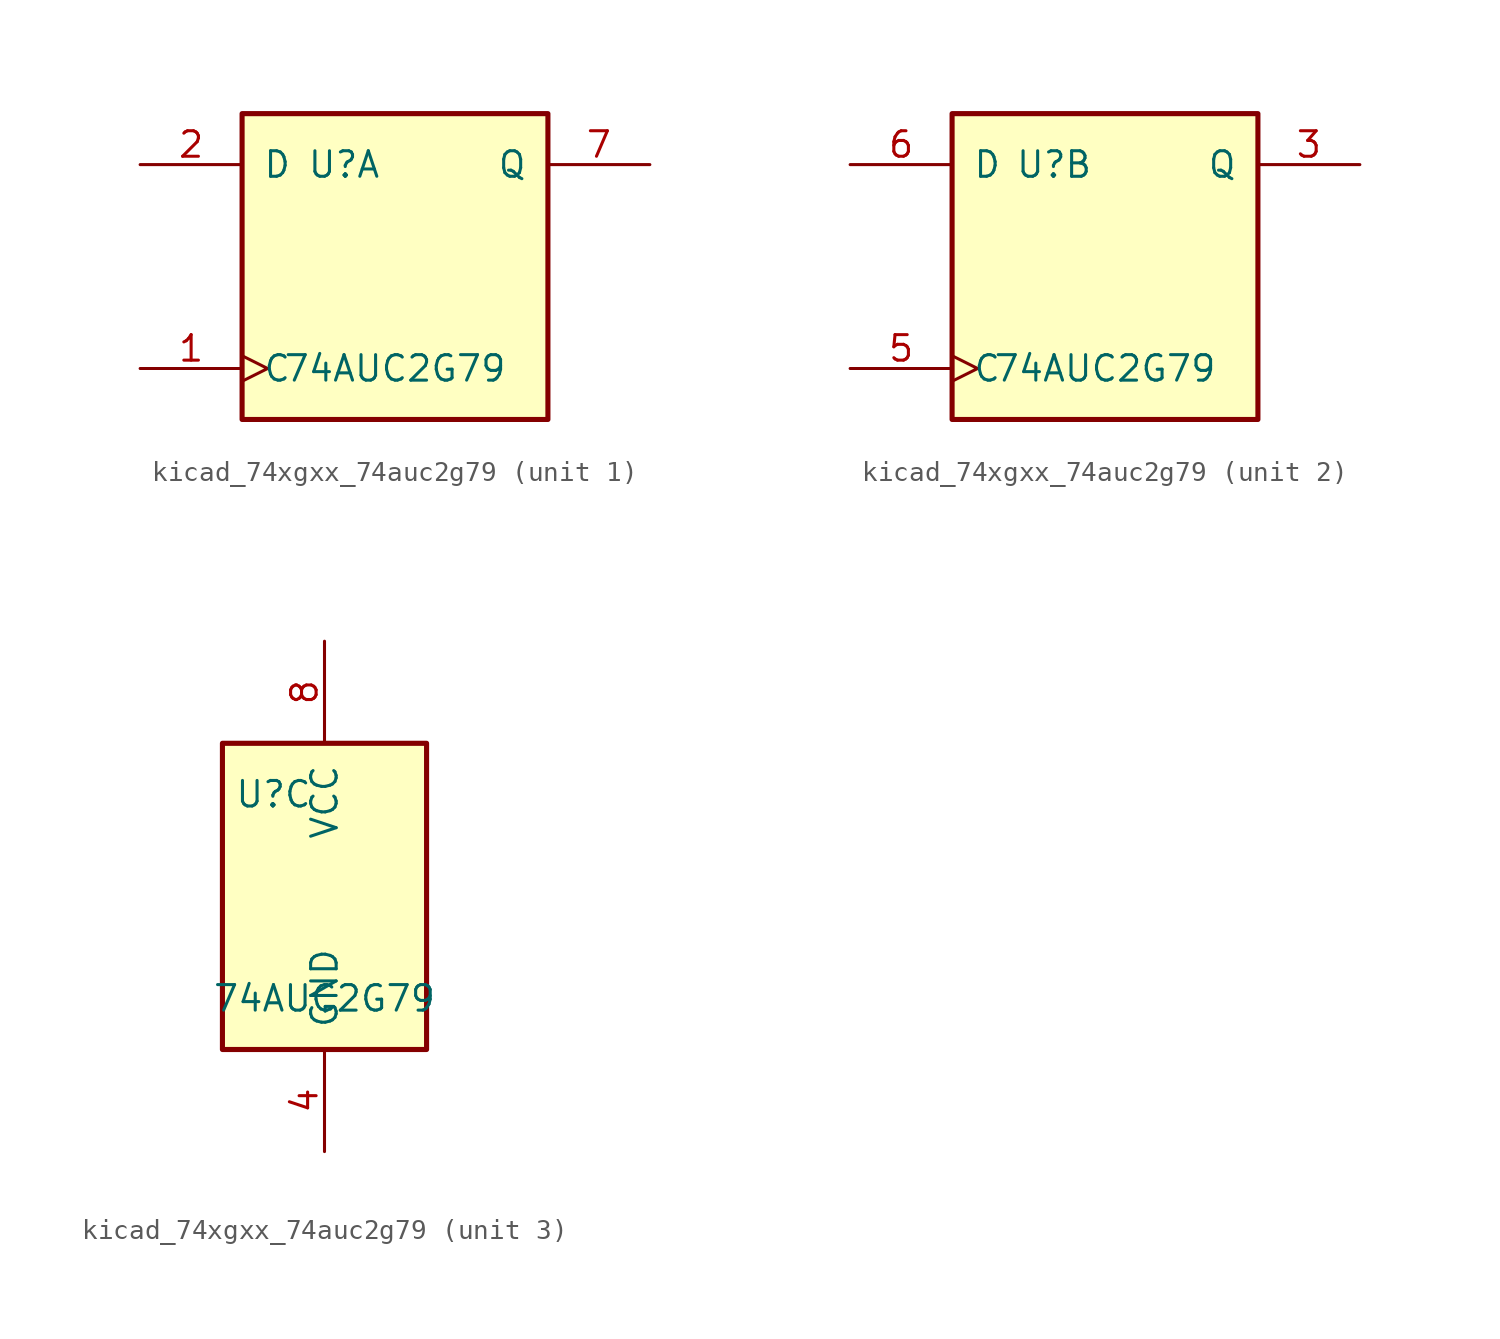
<source format=kicad_sym>
(kicad_symbol_lib
  (version 20220914)
  (generator kicad_symbol_editor)
  (symbol "kicad_74xgxx_74auc2g79"
    (pin_names
      (offset 1.016))
    (property "Reference" "U"
      (at -2.54 5.08 0)
      (effects (font (size 1.27 1.27))))
    (property "Value" "74AUC2G79"
      (at 0 -5.08 0)
      (effects (font (size 1.27 1.27))))
    (symbol "kicad_74xgxx_74auc2g79_1_1"
      (rectangle (start -7.62 7.62) (end 7.62 -7.62) (stroke (width 0.254) (type default)) (fill (type background)))
      (pin input clock (at -12.7 -5.08 0) (length 5.08) (name "C" (effects (font (size 1.27 1.27)))) (number "1" (effects (font (size 1.27 1.27)))))
      (pin input line (at -12.7 5.08 0) (length 5.08) (name "D" (effects (font (size 1.27 1.27)))) (number "2" (effects (font (size 1.27 1.27)))))
      (pin output line (at 12.7 5.08 180) (length 5.08) (name "Q" (effects (font (size 1.27 1.27)))) (number "7" (effects (font (size 1.27 1.27))))))
    (symbol "kicad_74xgxx_74auc2g79_2_1"
      (rectangle (start -7.62 7.62) (end 7.62 -7.62) (stroke (width 0.254) (type default)) (fill (type background)))
      (pin output line (at 12.7 5.08 180) (length 5.08) (name "Q" (effects (font (size 1.27 1.27)))) (number "3" (effects (font (size 1.27 1.27)))))
      (pin input clock (at -12.7 -5.08 0) (length 5.08) (name "C" (effects (font (size 1.27 1.27)))) (number "5" (effects (font (size 1.27 1.27)))))
      (pin input line (at -12.7 5.08 0) (length 5.08) (name "D" (effects (font (size 1.27 1.27)))) (number "6" (effects (font (size 1.27 1.27))))))
    (symbol "kicad_74xgxx_74auc2g79_3_0"
      (rectangle (start -5.08 -7.62) (end 5.08 7.62) (stroke (width 0.254) (type default)) (fill (type background))))
    (symbol "kicad_74xgxx_74auc2g79_3_1"
      (pin power_in line (at 0 -12.7 90) (length 5.08) (name "GND" (effects (font (size 1.27 1.27)))) (number "4" (effects (font (size 1.27 1.27)))))
      (pin power_in line (at 0 12.7 270) (length 5.08) (name "VCC" (effects (font (size 1.27 1.27)))) (number "8" (effects (font (size 1.27 1.27))))))))
</source>
